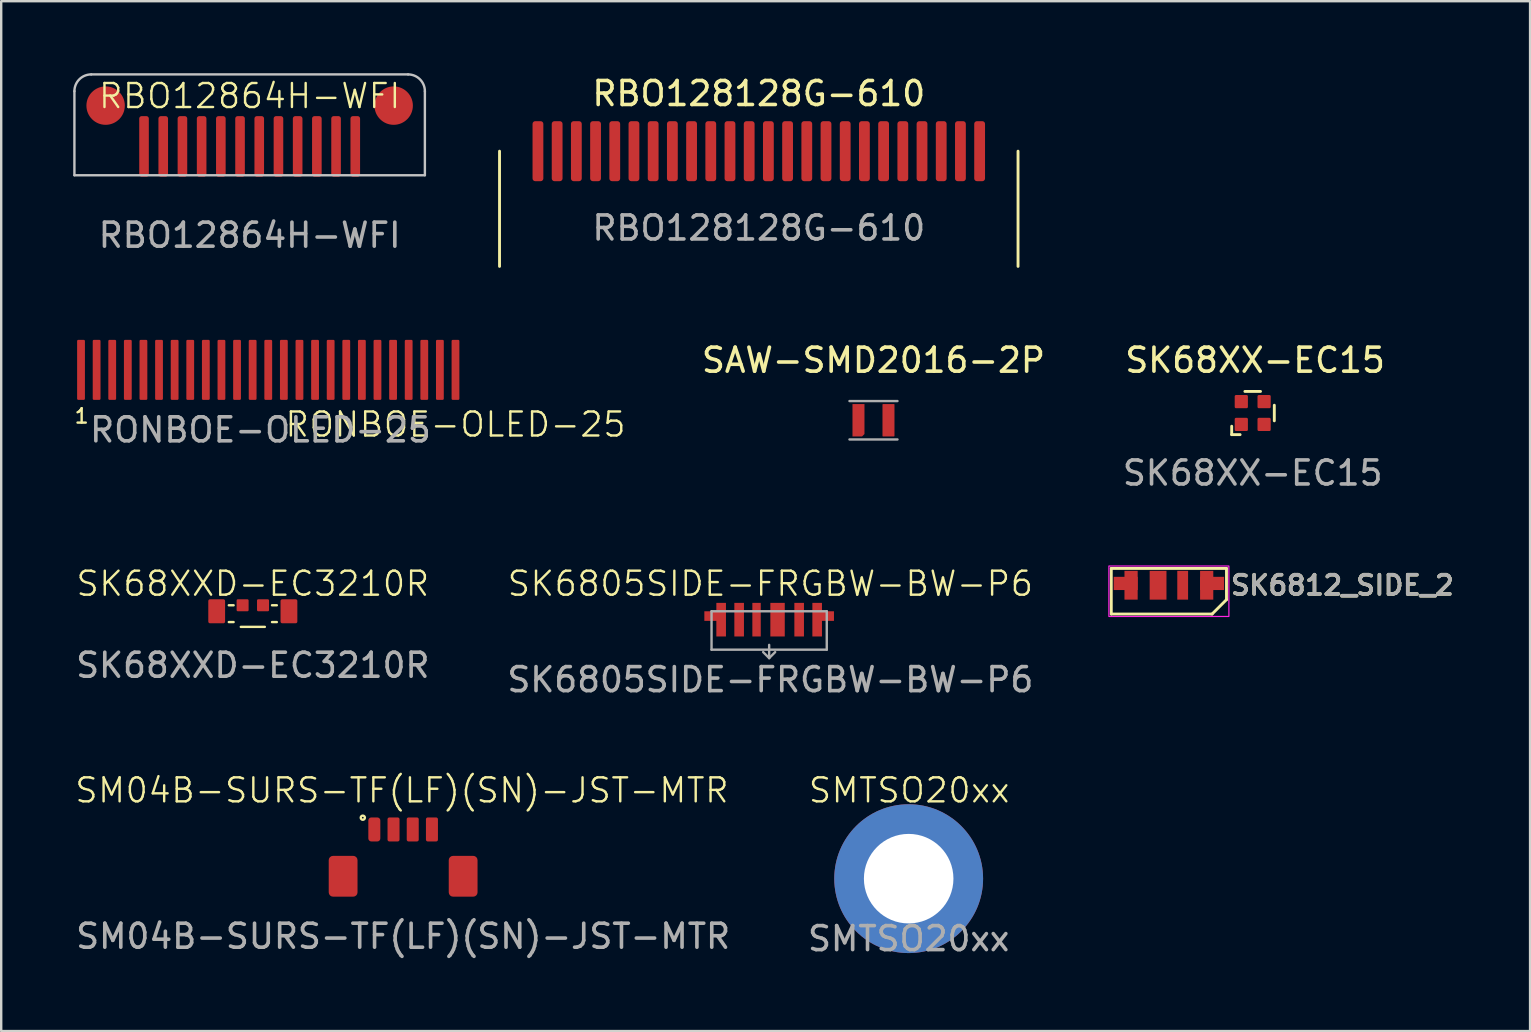
<source format=kicad_pcb>
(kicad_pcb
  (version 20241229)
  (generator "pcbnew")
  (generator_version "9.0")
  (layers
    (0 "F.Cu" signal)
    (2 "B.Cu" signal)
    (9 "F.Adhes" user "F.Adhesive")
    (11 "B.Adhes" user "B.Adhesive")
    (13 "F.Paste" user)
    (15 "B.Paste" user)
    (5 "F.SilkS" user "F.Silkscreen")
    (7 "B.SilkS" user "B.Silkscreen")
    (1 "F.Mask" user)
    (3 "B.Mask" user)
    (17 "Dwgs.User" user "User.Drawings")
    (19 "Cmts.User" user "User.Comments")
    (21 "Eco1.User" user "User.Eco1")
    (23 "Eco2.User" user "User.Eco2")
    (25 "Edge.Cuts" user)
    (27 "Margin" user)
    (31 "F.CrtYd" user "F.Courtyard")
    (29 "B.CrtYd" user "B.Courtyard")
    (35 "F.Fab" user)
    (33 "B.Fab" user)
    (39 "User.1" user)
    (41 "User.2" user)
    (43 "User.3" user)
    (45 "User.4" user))
  (footprint "RBO12864H-WFI"
    (layer "F.Cu")
    (at 7.35 4.25)
    (property "Reference" "RBO12864H-WFI" (at 0 -3.3 0) (unlocked yes) (layer "F.SilkS") (effects (font (size 1 1) (thickness 0.1))))
    (attr smd)
    (fp_line (start -7.3 0) (end -7.3 -3.5) (stroke (width 0.1) (type default)) (layer "Dwgs.User"))
    (fp_line (start 6.6 -4.2) (end -6.6 -4.2) (stroke (width 0.1) (type default)) (layer "Dwgs.User"))
    (fp_line (start 7.3 0) (end -7.3 0) (stroke (width 0.1) (type default)) (layer "Dwgs.User"))
    (fp_line (start 7.3 0) (end 7.3 -3.5) (stroke (width 0.1) (type default)) (layer "Dwgs.User"))
    (fp_arc (start -7.3 -3.5) (mid -7.094975 -3.994975) (end -6.6 -4.2) (stroke (width 0.1) (type default)) (layer "Dwgs.User"))
    (fp_arc (start 6.6 -4.2) (mid 7.094975 -3.994975) (end 7.3 -3.5) (stroke (width 0.1) (type default)) (layer "Dwgs.User"))
    (fp_text user "${REFERENCE}" (at 0 2.5 0) (unlocked yes) (layer "F.Fab") (effects (font (size 1 1) (thickness 0.15))))
    (pad "1" smd roundrect (at 4.4 -1.2 180) (size 0.4 2.524) (layers "F.Cu" "F.Mask" "F.Paste") (roundrect_rratio 0.25))
    (pad "2" smd roundrect (at 3.6 -1.2 180) (size 0.4 2.524) (layers "F.Cu" "F.Mask" "F.Paste") (roundrect_rratio 0.25))
    (pad "3" smd roundrect (at 2.8 -1.2 180) (size 0.4 2.524) (layers "F.Cu" "F.Mask" "F.Paste") (roundrect_rratio 0.25))
    (pad "4" smd roundrect (at 2 -1.2 180) (size 0.4 2.524) (layers "F.Cu" "F.Mask" "F.Paste") (roundrect_rratio 0.25))
    (pad "5" smd roundrect (at 1.2 -1.2 180) (size 0.4 2.524) (layers "F.Cu" "F.Mask" "F.Paste") (roundrect_rratio 0.25))
    (pad "6" smd roundrect (at 0.4 -1.2 180) (size 0.4 2.524) (layers "F.Cu" "F.Mask" "F.Paste") (roundrect_rratio 0.25))
    (pad "7" smd roundrect (at -0.4 -1.2 180) (size 0.4 2.524) (layers "F.Cu" "F.Mask" "F.Paste") (roundrect_rratio 0.25))
    (pad "8" smd roundrect (at -1.2 -1.2 180) (size 0.4 2.524) (layers "F.Cu" "F.Mask" "F.Paste") (roundrect_rratio 0.25))
    (pad "9" smd roundrect (at -2 -1.2 180) (size 0.4 2.524) (layers "F.Cu" "F.Mask" "F.Paste") (roundrect_rratio 0.25))
    (pad "10" smd roundrect (at -2.8 -1.2 180) (size 0.4 2.524) (layers "F.Cu" "F.Mask" "F.Paste") (roundrect_rratio 0.25))
    (pad "11" smd roundrect (at -3.6 -1.2 180) (size 0.4 2.524) (layers "F.Cu" "F.Mask" "F.Paste") (roundrect_rratio 0.25))
    (pad "12" smd roundrect (at -4.4 -1.2 180) (size 0.4 2.524) (layers "F.Cu" "F.Mask" "F.Paste") (roundrect_rratio 0.25))
    (pad "13" smd circle (at -6 -2.9 180) (size 1.6 1.6) (layers "F.Cu" "F.Mask" "F.Paste"))
    (pad "13" smd circle (at 6 -2.9 180) (size 1.6 1.6) (layers "F.Cu" "F.Mask" "F.Paste")))
  (footprint "SK6812_SIDE_2"
    (layer "F.Cu")
    (at 45.644 21.33)
    (property "Reference" "SK6812_SIDE_2" (at 2.5 0 0) (unlocked yes) (layer "F.SilkS") (effects (font (size 0.8 0.8) (thickness 0.15)) (justify left)))
    (attr smd)
    (fp_line (start -2.4 -0.7) (end 2.4 -0.7) (stroke (width 0.12) (type solid)) (layer "F.SilkS"))
    (fp_line (start -2.4 1.2) (end -2.4 -0.7) (stroke (width 0.12) (type solid)) (layer "F.SilkS"))
    (fp_line (start 1.8 1.2) (end -2.4 1.2) (stroke (width 0.12) (type solid)) (layer "F.SilkS"))
    (fp_line (start 2.4 -0.7) (end 2.4 0.6) (stroke (width 0.12) (type solid)) (layer "F.SilkS"))
    (fp_line (start 2.4 0.6) (end 1.8 1.2) (stroke (width 0.12) (type solid)) (layer "F.SilkS"))
    (fp_rect (start -2.5 -0.8) (end 2.5 1.3) (stroke (width 0.05) (type default)) (fill no) (layer "F.CrtYd"))
    (fp_text user "${REFERENCE}" (at 2.5 0 0) (unlocked yes) (layer "F.Fab") (effects (font (size 0.8 0.8) (thickness 0.15)) (justify left)))
    (pad "1" smd rect (at -1.8 -0.075) (size 1 0.55) (layers "F.Cu" "F.Mask" "F.Paste"))
    (pad "1" smd rect (at -1.575 0) (size 0.55 1.2) (layers "F.Cu" "F.Mask" "F.Paste"))
    (pad "2" smd rect (at -0.45 0) (size 0.7 1.2) (layers "F.Cu" "F.Mask" "F.Paste"))
    (pad "3" smd rect (at 0.575 0) (size 0.45 1.2) (layers "F.Cu" "F.Mask" "F.Paste"))
    (pad "4" smd rect (at 1.575 0) (size 0.55 1.2) (layers "F.Cu" "F.Mask" "F.Paste"))
    (pad "4" smd rect (at 1.8 -0.075) (size 1 0.55) (layers "F.Cu" "F.Mask" "F.Paste")))
  (footprint "SAW-SMD2016-2P"
    (layer "F.Cu")
    (at 33.338 14.457)
    (property "Reference" "SAW-SMD2016-2P" (at 0 -2.5 0) (unlocked yes) (layer "F.SilkS") (effects (font (size 1 1) (thickness 0.15))))
    (attr smd)
    (fp_line (start -1 -0.8) (end 1 -0.8) (stroke (width 0.1) (type solid)) (layer "F.Fab"))
    (fp_line (start -1 0.8) (end 1 0.8) (stroke (width 0.1) (type solid)) (layer "F.Fab"))
    (pad "1" smd roundrect (at -0.625 0 270) (size 1.35 0.5) (layers "F.Cu" "F.Mask" "F.Paste") (roundrect_rratio 0) (chamfer_ratio 0.2) (chamfer top_right))
    (pad "2" smd roundrect (at 0.625 0 90) (size 1.35 0.5) (layers "F.Cu" "F.Mask" "F.Paste") (roundrect_rratio 0.05)))
  (footprint "SK68XX-EC15"
    (layer "F.Cu")
    (at 49.136 14.156)
    (property "Reference" "SK68XX-EC15" (at 0.1 -2.2 0) (unlocked yes) (layer "F.SilkS") (effects (font (size 1 1) (thickness 0.15))))
    (attr smd)
    (fp_line (start -0.875 0.55) (end -0.875 0.9) (stroke (width 0.12) (type solid)) (layer "F.SilkS"))
    (fp_line (start -0.875 0.9) (end -0.525 0.9) (stroke (width 0.12) (type solid)) (layer "F.SilkS"))
    (fp_line (start -0.325 -0.9) (end 0.325 -0.9) (stroke (width 0.12) (type solid)) (layer "F.SilkS"))
    (fp_line (start 0.9 -0.325) (end 0.9 0.325) (stroke (width 0.12) (type solid)) (layer "F.SilkS"))
    (fp_text user "${REFERENCE}" (at 0 2.5 0) (unlocked yes) (layer "F.Fab") (effects (font (size 1 1) (thickness 0.15))))
    (pad "1" smd roundrect (at -0.475 0.475) (size 0.55 0.55) (layers "F.Cu" "F.Mask" "F.Paste") (roundrect_rratio 0.1))
    (pad "2" smd roundrect (at 0.475 0.475) (size 0.55 0.55) (layers "F.Cu" "F.Mask" "F.Paste") (roundrect_rratio 0.1))
    (pad "3" smd roundrect (at 0.475 -0.475) (size 0.55 0.55) (layers "F.Cu" "F.Mask" "F.Paste") (roundrect_rratio 0.1))
    (pad "4" smd roundrect (at -0.475 -0.475) (size 0.55 0.55) (layers "F.Cu" "F.Mask" "F.Paste") (roundrect_rratio 0.1)))
  (footprint "RONBOE-OLED-25"
    (layer "F.Cu")
    (at 7.8 12.358)
    (property "Reference" "RONBOE-OLED-25" (at 8.125 2.275 0) (unlocked yes) (layer "F.SilkS") (effects (font (size 1 1) (thickness 0.1))))
    (attr smd)
    (fp_text user "1" (at -7.8 2.275 0) (unlocked yes) (layer "F.SilkS") (effects (font (size 0.6 0.6) (thickness 0.1)) (justify left bottom)))
    (fp_text user "${REFERENCE}" (at 0 2.5 0) (unlocked yes) (layer "F.Fab") (effects (font (size 1 1) (thickness 0.15))))
    (pad "1" smd roundrect (at -7.475 0 90) (size 2.5 0.325) (layers "F.Cu" "F.Mask" "F.Paste") (roundrect_rratio 0.15))
    (pad "2" smd roundrect (at -6.825 0 90) (size 2.5 0.325) (layers "F.Cu" "F.Mask" "F.Paste") (roundrect_rratio 0.15))
    (pad "3" smd roundrect (at -6.175 0 90) (size 2.5 0.325) (layers "F.Cu" "F.Mask" "F.Paste") (roundrect_rratio 0.15))
    (pad "4" smd roundrect (at -5.525 0 90) (size 2.5 0.325) (layers "F.Cu" "F.Mask" "F.Paste") (roundrect_rratio 0.15))
    (pad "5" smd roundrect (at -4.875 0 90) (size 2.5 0.325) (layers "F.Cu" "F.Mask" "F.Paste") (roundrect_rratio 0.15))
    (pad "6" smd roundrect (at -4.225 0 90) (size 2.5 0.325) (layers "F.Cu" "F.Mask" "F.Paste") (roundrect_rratio 0.15))
    (pad "7" smd roundrect (at -3.575 0 90) (size 2.5 0.325) (layers "F.Cu" "F.Mask" "F.Paste") (roundrect_rratio 0.15))
    (pad "8" smd roundrect (at -2.925 0 90) (size 2.5 0.325) (layers "F.Cu" "F.Mask" "F.Paste") (roundrect_rratio 0.15))
    (pad "9" smd roundrect (at -2.275 0 90) (size 2.5 0.325) (layers "F.Cu" "F.Mask" "F.Paste") (roundrect_rratio 0.15))
    (pad "10" smd roundrect (at -1.625 0 90) (size 2.5 0.325) (layers "F.Cu" "F.Mask" "F.Paste") (roundrect_rratio 0.15))
    (pad "11" smd roundrect (at -0.975 0 90) (size 2.5 0.325) (layers "F.Cu" "F.Mask" "F.Paste") (roundrect_rratio 0.15))
    (pad "12" smd roundrect (at -0.325 0 90) (size 2.5 0.325) (layers "F.Cu" "F.Mask" "F.Paste") (roundrect_rratio 0.15))
    (pad "13" smd roundrect (at 0.325 0 90) (size 2.5 0.325) (layers "F.Cu" "F.Mask" "F.Paste") (roundrect_rratio 0.15))
    (pad "14" smd roundrect (at 0.975 0 90) (size 2.5 0.325) (layers "F.Cu" "F.Mask" "F.Paste") (roundrect_rratio 0.15))
    (pad "15" smd roundrect (at 1.625 0 90) (size 2.5 0.325) (layers "F.Cu" "F.Mask" "F.Paste") (roundrect_rratio 0.15))
    (pad "16" smd roundrect (at 2.275 0 90) (size 2.5 0.325) (layers "F.Cu" "F.Mask" "F.Paste") (roundrect_rratio 0.15))
    (pad "17" smd roundrect (at 2.925 0 90) (size 2.5 0.325) (layers "F.Cu" "F.Mask" "F.Paste") (roundrect_rratio 0.15))
    (pad "18" smd roundrect (at 3.575 0 90) (size 2.5 0.325) (layers "F.Cu" "F.Mask" "F.Paste") (roundrect_rratio 0.15))
    (pad "19" smd roundrect (at 4.225 0 90) (size 2.5 0.325) (layers "F.Cu" "F.Mask" "F.Paste") (roundrect_rratio 0.15))
    (pad "20" smd roundrect (at 4.875 0 90) (size 2.5 0.325) (layers "F.Cu" "F.Mask" "F.Paste") (roundrect_rratio 0.15))
    (pad "21" smd roundrect (at 5.525 0 90) (size 2.5 0.325) (layers "F.Cu" "F.Mask" "F.Paste") (roundrect_rratio 0.15))
    (pad "22" smd roundrect (at 6.175 0 90) (size 2.5 0.325) (layers "F.Cu" "F.Mask" "F.Paste") (roundrect_rratio 0.15))
    (pad "23" smd roundrect (at 6.825 0 90) (size 2.5 0.325) (layers "F.Cu" "F.Mask" "F.Paste") (roundrect_rratio 0.15))
    (pad "24" smd roundrect (at 7.475 0 90) (size 2.5 0.325) (layers "F.Cu" "F.Mask" "F.Paste") (roundrect_rratio 0.15))
    (pad "25" smd roundrect (at 8.125 0 90) (size 2.5 0.325) (layers "F.Cu" "F.Mask" "F.Paste") (roundrect_rratio 0.15)))
  (footprint "SMTSO20xx"
    (layer "F.Cu")
    (at 34.804 33.554)
    (property "Reference" "SMTSO20xx" (at 0.02 -3.68 0) (unlocked yes) (layer "F.SilkS") (effects (font (size 1 1) (thickness 0.1))))
    (attr smd)
    (fp_text user "${REFERENCE}" (at 0 2.5 0) (unlocked yes) (layer "F.Fab") (effects (font (size 1 1) (thickness 0.15))))
    (pad "" smd trapezoid (at -2.44 0.03 270) (size 1.1 1.1) (rect_delta 0 0.3) (layers "F.Paste"))
    (pad "" smd trapezoid (at -2.16 -1.16 240) (size 1.1 1.1) (rect_delta 0 0.3) (layers "F.Paste"))
    (pad "" smd trapezoid (at -2.09 1.28 300) (size 1.1 1.1) (rect_delta 0 0.3) (layers "F.Paste"))
    (pad "" smd trapezoid (at -1.26 -2.11 210) (size 1.1 1.1) (rect_delta 0 0.3) (layers "F.Paste"))
    (pad "" smd trapezoid (at -1.24 2.11 330) (size 1.1 1.1) (rect_delta 0 0.3) (layers "F.Paste"))
    (pad "" smd trapezoid (at -0.06 2.45) (size 1.1 1.1) (rect_delta 0 0.3) (layers "F.Paste"))
    (pad "" smd trapezoid (at 0.03 -2.47 180) (size 1.1 1.1) (rect_delta 0 0.3) (layers "F.Paste"))
    (pad "" smd trapezoid (at 1.25 -2.13 150) (size 1.1 1.1) (rect_delta 0 0.3) (layers "F.Paste"))
    (pad "" smd trapezoid (at 1.26 2.08 30) (size 1.1 1.1) (rect_delta 0 0.3) (layers "F.Paste"))
    (pad "" smd trapezoid (at 2.12 -1.21 120) (size 1.1 1.1) (rect_delta 0 0.3) (layers "F.Paste"))
    (pad "" smd trapezoid (at 2.12 1.19 60) (size 1.1 1.1) (rect_delta 0 0.3) (layers "F.Paste"))
    (pad "" smd trapezoid (at 2.44 0.03 90) (size 1.1 1.1) (rect_delta 0 0.3) (layers "F.Paste"))
    (pad "1" thru_hole circle (at 0 0) (size 6.2 6.2) (drill 3.73) (layers "*.Cu" "*.Mask")))
  (footprint "SK6805SIDE-FRGBW-BW-P6"
    (layer "F.Cu")
    (at 29.042 22.765)
    (property "Reference" "SK6805SIDE-FRGBW-BW-P6" (at 0 -1.5 0) (unlocked yes) (layer "F.SilkS") (effects (font (size 1 1) (thickness 0.1))))
    (attr smd)
    (fp_line (start -2.45 -0.35) (end -2.45 1.25) (stroke (width 0.1) (type default)) (layer "F.Fab"))
    (fp_line (start -2.45 1.25) (end 2.35 1.25) (stroke (width 0.1) (type default)) (layer "F.Fab"))
    (fp_line (start -0.05 1.05) (end -0.05 1.6) (stroke (width 0.1) (type default)) (layer "F.Fab"))
    (fp_line (start -0.05 1.6) (end -0.3 1.35) (stroke (width 0.1) (type default)) (layer "F.Fab"))
    (fp_line (start -0.05 1.6) (end 0.2 1.35) (stroke (width 0.1) (type default)) (layer "F.Fab"))
    (fp_line (start 2.35 -0.35) (end -2.45 -0.35) (stroke (width 0.1) (type default)) (layer "F.Fab"))
    (fp_line (start 2.35 1.25) (end 2.35 -0.35) (stroke (width 0.1) (type default)) (layer "F.Fab"))
    (fp_text user "${REFERENCE}" (at 0 2.5 0) (unlocked yes) (layer "F.Fab") (effects (font (size 1 1) (thickness 0.15))))
    (pad "1" smd custom (at -2.05 0 90) (size 1.4 0.4) (layers "F.Cu" "F.Mask" "F.Paste") (options (anchor rect)) (primitives (gr_poly (pts (xy -0.05 -0.1) (xy 0.35 -0.1) (xy 0.35 -0.7) (xy -0.05 -0.7)) (width 0) (fill yes))))
    (pad "2" smd custom (at -1.3 0 90) (size 1.4 0.4) (layers "F.Cu" "F.Mask" "F.Paste") (options (anchor rect)) (primitives))
    (pad "3" smd custom (at -0.575 0 90) (size 1.4 0.35) (layers "F.Cu" "F.Mask" "F.Paste") (options (anchor rect)) (primitives))
    (pad "4" smd custom (at 0.3 0 90) (size 1.4 0.6) (layers "F.Cu" "F.Mask" "F.Paste") (options (anchor rect)) (primitives))
    (pad "5" smd custom (at 1.2 0 90) (size 1.4 0.4) (layers "F.Cu" "F.Mask" "F.Paste") (options (anchor rect)) (primitives))
    (pad "6" smd custom (at 1.95 0 90) (size 1.4 0.4) (layers "F.Cu" "F.Mask" "F.Paste") (options (anchor rect)) (primitives (gr_poly (pts (xy 0.35 -0.05) (xy -0.05 -0.05) (xy -0.05 0.7) (xy 0.35 0.7)) (width 0) (fill yes)) (gr_poly (pts (xy -0.05 0.7) (xy 0.35 0.7) (xy 0.35 0.1) (xy -0.05 0.1)) (width 0) (fill yes)))))
  (footprint "SM04B-SURS-TF(LF)(SN)-JST-MTR"
    (layer "F.Cu")
    (at 13.744 33.454)
    (property "Reference" "SM04B-SURS-TF(LF)(SN)-JST-MTR" (at -0.05 -3.58 0) (unlocked yes) (layer "F.SilkS") (effects (font (size 1 1) (thickness 0.1))))
    (attr smd)
    (fp_circle (center -1.68 -2.44) (end -1.65 -2.42) (stroke (width 0.1) (type default)) (fill no) (layer "F.SilkS"))
    (fp_text user "${REFERENCE}" (at 0 2.5 0) (unlocked yes) (layer "F.Fab") (effects (font (size 1 1) (thickness 0.15))))
    (pad "1" smd roundrect (at -1.2 -1.95 180) (size 0.5 1) (layers "F.Cu" "F.Mask" "F.Paste") (roundrect_rratio 0.25))
    (pad "2" smd roundrect (at -0.4 -1.95 90) (size 1 0.5) (layers "F.Cu" "F.Mask" "F.Paste") (roundrect_rratio 0.15))
    (pad "3" smd roundrect (at 0.4 -1.95 90) (size 1 0.5) (layers "F.Cu" "F.Mask" "F.Paste") (roundrect_rratio 0.15))
    (pad "4" smd roundrect (at 1.2 -1.95 90) (size 1 0.5) (layers "F.Cu" "F.Mask" "F.Paste") (roundrect_rratio 0.15))
    (pad "5" smd roundrect (at -2.5 0 180) (size 1.2 1.7) (layers "F.Cu" "F.Mask" "F.Paste") (roundrect_rratio 0.15))
    (pad "6" smd roundrect (at 2.5 0 180) (size 1.2 1.7) (layers "F.Cu" "F.Mask" "F.Paste") (roundrect_rratio 0.15)))
  (footprint "RBO128128G-610"
    (layer "F.Cu")
    (at 28.56 3.248)
    (property "Reference" "RBO128128G-610" (at 0 -2.4 0) (unlocked yes) (layer "F.SilkS") (effects (font (size 1 1) (thickness 0.15))))
    (attr smd)
    (fp_line (start -10.8 0) (end -10.8 4.8) (stroke (width 0.12) (type solid)) (layer "F.SilkS"))
    (fp_line (start 10.8 0) (end 10.8 4.8) (stroke (width 0.12) (type solid)) (layer "F.SilkS"))
    (fp_text user "${REFERENCE}" (at 0 3.2 0) (unlocked yes) (layer "F.Fab") (effects (font (size 1 1) (thickness 0.15))))
    (pad "1" smd roundrect (at -9.2 0 180) (size 0.45 2.5) (layers "F.Cu" "F.Mask" "F.Paste") (roundrect_rratio 0.25))
    (pad "2" smd roundrect (at -8.4 0 180) (size 0.45 2.5) (layers "F.Cu" "F.Mask" "F.Paste") (roundrect_rratio 0.25))
    (pad "3" smd roundrect (at -7.6 0 180) (size 0.45 2.5) (layers "F.Cu" "F.Mask" "F.Paste") (roundrect_rratio 0.25))
    (pad "4" smd roundrect (at -6.8 0 180) (size 0.45 2.5) (layers "F.Cu" "F.Mask" "F.Paste") (roundrect_rratio 0.25))
    (pad "5" smd roundrect (at -6 0 180) (size 0.45 2.5) (layers "F.Cu" "F.Mask" "F.Paste") (roundrect_rratio 0.25))
    (pad "6" smd roundrect (at -5.2 0 180) (size 0.45 2.5) (layers "F.Cu" "F.Mask" "F.Paste") (roundrect_rratio 0.25))
    (pad "7" smd roundrect (at -4.4 0 180) (size 0.45 2.5) (layers "F.Cu" "F.Mask" "F.Paste") (roundrect_rratio 0.25))
    (pad "8" smd roundrect (at -3.6 0 180) (size 0.45 2.5) (layers "F.Cu" "F.Mask" "F.Paste") (roundrect_rratio 0.25))
    (pad "9" smd roundrect (at -2.8 0 180) (size 0.45 2.5) (layers "F.Cu" "F.Mask" "F.Paste") (roundrect_rratio 0.25))
    (pad "10" smd roundrect (at -2 0 180) (size 0.45 2.5) (layers "F.Cu" "F.Mask" "F.Paste") (roundrect_rratio 0.25))
    (pad "11" smd roundrect (at -1.2 0 180) (size 0.45 2.5) (layers "F.Cu" "F.Mask" "F.Paste") (roundrect_rratio 0.25))
    (pad "12" smd roundrect (at -0.4 0 180) (size 0.45 2.5) (layers "F.Cu" "F.Mask" "F.Paste") (roundrect_rratio 0.25))
    (pad "13" smd roundrect (at 0.4 0 180) (size 0.45 2.5) (layers "F.Cu" "F.Mask" "F.Paste") (roundrect_rratio 0.25))
    (pad "14" smd roundrect (at 1.2 0 180) (size 0.45 2.5) (layers "F.Cu" "F.Mask" "F.Paste") (roundrect_rratio 0.25))
    (pad "15" smd roundrect (at 2 0 180) (size 0.45 2.5) (layers "F.Cu" "F.Mask" "F.Paste") (roundrect_rratio 0.25))
    (pad "16" smd roundrect (at 2.8 0 180) (size 0.45 2.5) (layers "F.Cu" "F.Mask" "F.Paste") (roundrect_rratio 0.25))
    (pad "17" smd roundrect (at 3.6 0 180) (size 0.45 2.5) (layers "F.Cu" "F.Mask" "F.Paste") (roundrect_rratio 0.25))
    (pad "18" smd roundrect (at 4.4 0 180) (size 0.45 2.5) (layers "F.Cu" "F.Mask" "F.Paste") (roundrect_rratio 0.25))
    (pad "19" smd roundrect (at 5.2 0 180) (size 0.45 2.5) (layers "F.Cu" "F.Mask" "F.Paste") (roundrect_rratio 0.25))
    (pad "20" smd roundrect (at 6 0 180) (size 0.45 2.5) (layers "F.Cu" "F.Mask" "F.Paste") (roundrect_rratio 0.25))
    (pad "21" smd roundrect (at 6.8 0 180) (size 0.45 2.5) (layers "F.Cu" "F.Mask" "F.Paste") (roundrect_rratio 0.25))
    (pad "22" smd roundrect (at 7.6 0 180) (size 0.45 2.5) (layers "F.Cu" "F.Mask" "F.Paste") (roundrect_rratio 0.25))
    (pad "23" smd roundrect (at 8.4 0 180) (size 0.45 2.5) (layers "F.Cu" "F.Mask" "F.Paste") (roundrect_rratio 0.25))
    (pad "24" smd roundrect (at 9.2 0 180) (size 0.45 2.5) (layers "F.Cu" "F.Mask" "F.Paste") (roundrect_rratio 0.25)))
  (footprint "SK68XXD-EC3210R"
    (layer "F.Cu")
    (at 7.482 22.165)
    (property "Reference" "SK68XXD-EC3210R" (at 0 -0.9 0) (unlocked yes) (layer "F.SilkS") (effects (font (size 1 1) (thickness 0.1))))
    (attr smd)
    (fp_line (start -1 0) (end -0.8 0) (stroke (width 0.1) (type default)) (layer "F.SilkS"))
    (fp_line (start -1 0.7) (end -0.8 0.7) (stroke (width 0.1) (type default)) (layer "F.SilkS"))
    (fp_line (start -0.5 0.9) (end 0.5 0.9) (stroke (width 0.1) (type default)) (layer "F.SilkS"))
    (fp_line (start 0.8 0) (end 1 0) (stroke (width 0.1) (type default)) (layer "F.SilkS"))
    (fp_line (start 0.8 0.7) (end 1 0.7) (stroke (width 0.1) (type default)) (layer "F.SilkS"))
    (fp_text user "${REFERENCE}" (at 0 2.5 0) (unlocked yes) (layer "F.Fab") (effects (font (size 1 1) (thickness 0.15))))
    (pad "1" smd roundrect (at -0.425 0 90) (size 0.5 0.5) (layers "F.Cu" "F.Mask" "F.Paste") (roundrect_rratio 0.1))
    (pad "2" smd roundrect (at -1.505 0.25 90) (size 1 0.7) (layers "F.Cu" "F.Mask" "F.Paste") (roundrect_rratio 0.1))
    (pad "3" smd roundrect (at 1.505 0.25 90) (size 1 0.7) (layers "F.Cu" "F.Mask" "F.Paste") (roundrect_rratio 0.1))
    (pad "4" smd roundrect (at 0.425 0 90) (size 0.5 0.5) (layers "F.Cu" "F.Mask" "F.Paste") (roundrect_rratio 0.1)))
  (gr_rect
    (start -3 -3)
    (end 60.691 39.902)
    (stroke (width 0.1) (type default))
    (fill no)
    (layer "Edge.Cuts")))
</source>
